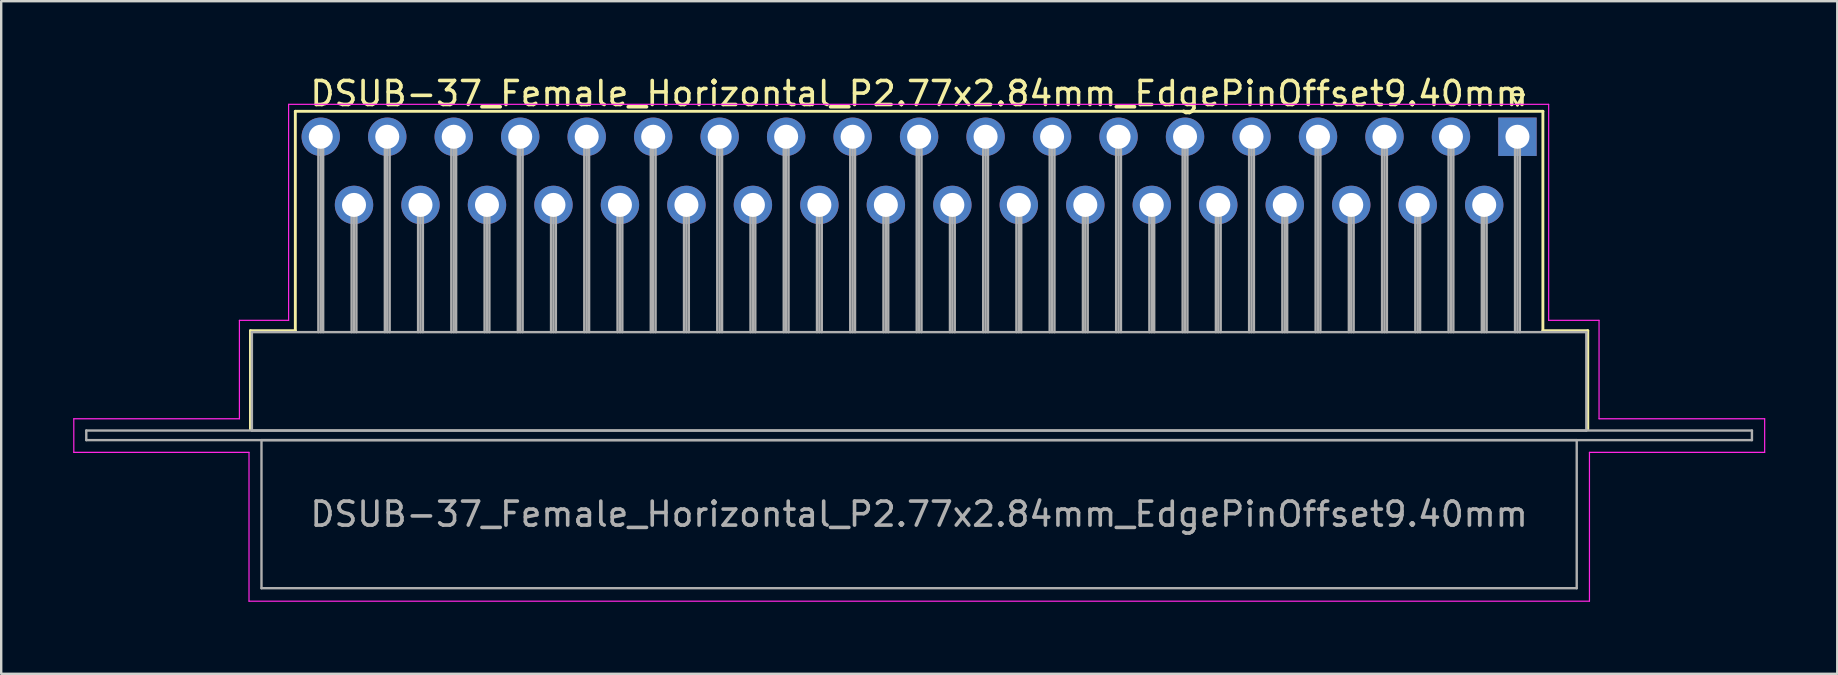
<source format=kicad_pcb>
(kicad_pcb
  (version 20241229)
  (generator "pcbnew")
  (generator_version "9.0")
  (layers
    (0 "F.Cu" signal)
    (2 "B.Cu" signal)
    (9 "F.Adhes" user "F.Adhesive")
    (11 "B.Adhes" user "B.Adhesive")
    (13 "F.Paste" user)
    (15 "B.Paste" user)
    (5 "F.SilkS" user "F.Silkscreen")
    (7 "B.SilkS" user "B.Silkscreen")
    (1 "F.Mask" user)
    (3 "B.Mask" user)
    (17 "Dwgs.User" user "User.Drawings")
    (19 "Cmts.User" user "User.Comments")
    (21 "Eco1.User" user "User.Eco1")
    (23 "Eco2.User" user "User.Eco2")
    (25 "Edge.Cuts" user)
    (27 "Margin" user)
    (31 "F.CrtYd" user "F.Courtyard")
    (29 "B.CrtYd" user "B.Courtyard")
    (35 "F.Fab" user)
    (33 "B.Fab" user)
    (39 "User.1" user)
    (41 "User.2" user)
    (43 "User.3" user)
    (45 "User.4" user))
  (footprint "DSUB-37_Female_Horizontal_P2.77x2.84mm_EdgePinOffset9.40mm"
    (layer "F.Cu")
    (at 60.175 2.648)
    (property "Reference" "DSUB-37_Female_Horizontal_P2.77x2.84mm_EdgePinOffset9.40mm" (at -24.93 -1.8 0) (layer "F.SilkS") (effects (font (size 1 1) (thickness 0.15))))
    (attr through_hole)
    (fp_line (start -52.79 8.08) (end -50.92 8.08) (stroke (width 0.12) (type solid)) (layer "F.SilkS"))
    (fp_line (start -52.79 12.18) (end -52.79 8.08) (stroke (width 0.12) (type solid)) (layer "F.SilkS"))
    (fp_line (start -50.92 -1.06) (end 1.06 -1.06) (stroke (width 0.12) (type solid)) (layer "F.SilkS"))
    (fp_line (start -50.92 8.08) (end -50.92 -1.06) (stroke (width 0.12) (type solid)) (layer "F.SilkS"))
    (fp_line (start -0.25 -1.754) (end 0.25 -1.754) (stroke (width 0.12) (type solid)) (layer "F.SilkS"))
    (fp_line (start 0 -1.321) (end -0.25 -1.754) (stroke (width 0.12) (type solid)) (layer "F.SilkS"))
    (fp_line (start 0.25 -1.754) (end 0 -1.321) (stroke (width 0.12) (type solid)) (layer "F.SilkS"))
    (fp_line (start 1.06 -1.06) (end 1.06 8.08) (stroke (width 0.12) (type solid)) (layer "F.SilkS"))
    (fp_line (start 1.06 8.08) (end 2.93 8.08) (stroke (width 0.12) (type solid)) (layer "F.SilkS"))
    (fp_line (start 2.93 8.08) (end 2.93 12.18) (stroke (width 0.12) (type solid)) (layer "F.SilkS"))
    (fp_line (start -60.15 11.75) (end -53.25 11.75) (stroke (width 0.05) (type solid)) (layer "F.CrtYd"))
    (fp_line (start -60.15 13.15) (end -60.15 11.75) (stroke (width 0.05) (type solid)) (layer "F.CrtYd"))
    (fp_line (start -53.25 7.65) (end -51.2 7.65) (stroke (width 0.05) (type solid)) (layer "F.CrtYd"))
    (fp_line (start -53.25 11.75) (end -53.25 7.65) (stroke (width 0.05) (type solid)) (layer "F.CrtYd"))
    (fp_line (start -52.85 13.15) (end -60.15 13.15) (stroke (width 0.05) (type solid)) (layer "F.CrtYd"))
    (fp_line (start -52.85 19.35) (end -52.85 13.15) (stroke (width 0.05) (type solid)) (layer "F.CrtYd"))
    (fp_line (start -51.2 -1.35) (end 1.3 -1.35) (stroke (width 0.05) (type solid)) (layer "F.CrtYd"))
    (fp_line (start -51.2 7.65) (end -51.2 -1.35) (stroke (width 0.05) (type solid)) (layer "F.CrtYd"))
    (fp_line (start 1.3 -1.35) (end 1.3 7.65) (stroke (width 0.05) (type solid)) (layer "F.CrtYd"))
    (fp_line (start 1.3 7.65) (end 3.4 7.65) (stroke (width 0.05) (type solid)) (layer "F.CrtYd"))
    (fp_line (start 3 13.15) (end 3 19.35) (stroke (width 0.05) (type solid)) (layer "F.CrtYd"))
    (fp_line (start 3 19.35) (end -52.85 19.35) (stroke (width 0.05) (type solid)) (layer "F.CrtYd"))
    (fp_line (start 3.4 7.65) (end 3.4 11.75) (stroke (width 0.05) (type solid)) (layer "F.CrtYd"))
    (fp_line (start 3.4 11.75) (end 10.3 11.75) (stroke (width 0.05) (type solid)) (layer "F.CrtYd"))
    (fp_line (start 10.3 11.75) (end 10.3 13.15) (stroke (width 0.05) (type solid)) (layer "F.CrtYd"))
    (fp_line (start 10.3 13.15) (end 3 13.15) (stroke (width 0.05) (type solid)) (layer "F.CrtYd"))
    (fp_line (start -59.63 12.24) (end -59.63 12.64) (stroke (width 0.1) (type solid)) (layer "F.Fab"))
    (fp_line (start -59.63 12.64) (end 9.77 12.64) (stroke (width 0.1) (type solid)) (layer "F.Fab"))
    (fp_line (start -52.73 8.14) (end -52.73 12.24) (stroke (width 0.1) (type solid)) (layer "F.Fab"))
    (fp_line (start -52.73 12.24) (end 2.87 12.24) (stroke (width 0.1) (type solid)) (layer "F.Fab"))
    (fp_line (start -52.33 12.64) (end -52.33 18.81) (stroke (width 0.1) (type solid)) (layer "F.Fab"))
    (fp_line (start -52.33 18.81) (end 2.47 18.81) (stroke (width 0.1) (type solid)) (layer "F.Fab"))
    (fp_line (start -49.96 0) (end -49.96 8.14) (stroke (width 0.1) (type solid)) (layer "F.Fab"))
    (fp_line (start -49.86 0) (end -49.86 8.14) (stroke (width 0.1) (type solid)) (layer "F.Fab"))
    (fp_line (start -49.76 0) (end -49.76 8.14) (stroke (width 0.1) (type solid)) (layer "F.Fab"))
    (fp_line (start -48.575 2.84) (end -48.575 8.14) (stroke (width 0.1) (type solid)) (layer "F.Fab"))
    (fp_line (start -48.475 2.84) (end -48.475 8.14) (stroke (width 0.1) (type solid)) (layer "F.Fab"))
    (fp_line (start -48.375 2.84) (end -48.375 8.14) (stroke (width 0.1) (type solid)) (layer "F.Fab"))
    (fp_line (start -47.19 0) (end -47.19 8.14) (stroke (width 0.1) (type solid)) (layer "F.Fab"))
    (fp_line (start -47.09 0) (end -47.09 8.14) (stroke (width 0.1) (type solid)) (layer "F.Fab"))
    (fp_line (start -46.99 0) (end -46.99 8.14) (stroke (width 0.1) (type solid)) (layer "F.Fab"))
    (fp_line (start -45.805 2.84) (end -45.805 8.14) (stroke (width 0.1) (type solid)) (layer "F.Fab"))
    (fp_line (start -45.705 2.84) (end -45.705 8.14) (stroke (width 0.1) (type solid)) (layer "F.Fab"))
    (fp_line (start -45.605 2.84) (end -45.605 8.14) (stroke (width 0.1) (type solid)) (layer "F.Fab"))
    (fp_line (start -44.42 0) (end -44.42 8.14) (stroke (width 0.1) (type solid)) (layer "F.Fab"))
    (fp_line (start -44.32 0) (end -44.32 8.14) (stroke (width 0.1) (type solid)) (layer "F.Fab"))
    (fp_line (start -44.22 0) (end -44.22 8.14) (stroke (width 0.1) (type solid)) (layer "F.Fab"))
    (fp_line (start -43.035 2.84) (end -43.035 8.14) (stroke (width 0.1) (type solid)) (layer "F.Fab"))
    (fp_line (start -42.935 2.84) (end -42.935 8.14) (stroke (width 0.1) (type solid)) (layer "F.Fab"))
    (fp_line (start -42.835 2.84) (end -42.835 8.14) (stroke (width 0.1) (type solid)) (layer "F.Fab"))
    (fp_line (start -41.65 0) (end -41.65 8.14) (stroke (width 0.1) (type solid)) (layer "F.Fab"))
    (fp_line (start -41.55 0) (end -41.55 8.14) (stroke (width 0.1) (type solid)) (layer "F.Fab"))
    (fp_line (start -41.45 0) (end -41.45 8.14) (stroke (width 0.1) (type solid)) (layer "F.Fab"))
    (fp_line (start -40.265 2.84) (end -40.265 8.14) (stroke (width 0.1) (type solid)) (layer "F.Fab"))
    (fp_line (start -40.165 2.84) (end -40.165 8.14) (stroke (width 0.1) (type solid)) (layer "F.Fab"))
    (fp_line (start -40.065 2.84) (end -40.065 8.14) (stroke (width 0.1) (type solid)) (layer "F.Fab"))
    (fp_line (start -38.88 0) (end -38.88 8.14) (stroke (width 0.1) (type solid)) (layer "F.Fab"))
    (fp_line (start -38.78 0) (end -38.78 8.14) (stroke (width 0.1) (type solid)) (layer "F.Fab"))
    (fp_line (start -38.68 0) (end -38.68 8.14) (stroke (width 0.1) (type solid)) (layer "F.Fab"))
    (fp_line (start -37.495 2.84) (end -37.495 8.14) (stroke (width 0.1) (type solid)) (layer "F.Fab"))
    (fp_line (start -37.395 2.84) (end -37.395 8.14) (stroke (width 0.1) (type solid)) (layer "F.Fab"))
    (fp_line (start -37.295 2.84) (end -37.295 8.14) (stroke (width 0.1) (type solid)) (layer "F.Fab"))
    (fp_line (start -36.11 0) (end -36.11 8.14) (stroke (width 0.1) (type solid)) (layer "F.Fab"))
    (fp_line (start -36.01 0) (end -36.01 8.14) (stroke (width 0.1) (type solid)) (layer "F.Fab"))
    (fp_line (start -35.91 0) (end -35.91 8.14) (stroke (width 0.1) (type solid)) (layer "F.Fab"))
    (fp_line (start -34.725 2.84) (end -34.725 8.14) (stroke (width 0.1) (type solid)) (layer "F.Fab"))
    (fp_line (start -34.625 2.84) (end -34.625 8.14) (stroke (width 0.1) (type solid)) (layer "F.Fab"))
    (fp_line (start -34.525 2.84) (end -34.525 8.14) (stroke (width 0.1) (type solid)) (layer "F.Fab"))
    (fp_line (start -33.34 0) (end -33.34 8.14) (stroke (width 0.1) (type solid)) (layer "F.Fab"))
    (fp_line (start -33.24 0) (end -33.24 8.14) (stroke (width 0.1) (type solid)) (layer "F.Fab"))
    (fp_line (start -33.14 0) (end -33.14 8.14) (stroke (width 0.1) (type solid)) (layer "F.Fab"))
    (fp_line (start -31.955 2.84) (end -31.955 8.14) (stroke (width 0.1) (type solid)) (layer "F.Fab"))
    (fp_line (start -31.855 2.84) (end -31.855 8.14) (stroke (width 0.1) (type solid)) (layer "F.Fab"))
    (fp_line (start -31.755 2.84) (end -31.755 8.14) (stroke (width 0.1) (type solid)) (layer "F.Fab"))
    (fp_line (start -30.57 0) (end -30.57 8.14) (stroke (width 0.1) (type solid)) (layer "F.Fab"))
    (fp_line (start -30.47 0) (end -30.47 8.14) (stroke (width 0.1) (type solid)) (layer "F.Fab"))
    (fp_line (start -30.37 0) (end -30.37 8.14) (stroke (width 0.1) (type solid)) (layer "F.Fab"))
    (fp_line (start -29.185 2.84) (end -29.185 8.14) (stroke (width 0.1) (type solid)) (layer "F.Fab"))
    (fp_line (start -29.085 2.84) (end -29.085 8.14) (stroke (width 0.1) (type solid)) (layer "F.Fab"))
    (fp_line (start -28.985 2.84) (end -28.985 8.14) (stroke (width 0.1) (type solid)) (layer "F.Fab"))
    (fp_line (start -27.8 0) (end -27.8 8.14) (stroke (width 0.1) (type solid)) (layer "F.Fab"))
    (fp_line (start -27.7 0) (end -27.7 8.14) (stroke (width 0.1) (type solid)) (layer "F.Fab"))
    (fp_line (start -27.6 0) (end -27.6 8.14) (stroke (width 0.1) (type solid)) (layer "F.Fab"))
    (fp_line (start -26.415 2.84) (end -26.415 8.14) (stroke (width 0.1) (type solid)) (layer "F.Fab"))
    (fp_line (start -26.315 2.84) (end -26.315 8.14) (stroke (width 0.1) (type solid)) (layer "F.Fab"))
    (fp_line (start -26.215 2.84) (end -26.215 8.14) (stroke (width 0.1) (type solid)) (layer "F.Fab"))
    (fp_line (start -25.03 0) (end -25.03 8.14) (stroke (width 0.1) (type solid)) (layer "F.Fab"))
    (fp_line (start -24.93 0) (end -24.93 8.14) (stroke (width 0.1) (type solid)) (layer "F.Fab"))
    (fp_line (start -24.83 0) (end -24.83 8.14) (stroke (width 0.1) (type solid)) (layer "F.Fab"))
    (fp_line (start -23.645 2.84) (end -23.645 8.14) (stroke (width 0.1) (type solid)) (layer "F.Fab"))
    (fp_line (start -23.545 2.84) (end -23.545 8.14) (stroke (width 0.1) (type solid)) (layer "F.Fab"))
    (fp_line (start -23.445 2.84) (end -23.445 8.14) (stroke (width 0.1) (type solid)) (layer "F.Fab"))
    (fp_line (start -22.26 0) (end -22.26 8.14) (stroke (width 0.1) (type solid)) (layer "F.Fab"))
    (fp_line (start -22.16 0) (end -22.16 8.14) (stroke (width 0.1) (type solid)) (layer "F.Fab"))
    (fp_line (start -22.06 0) (end -22.06 8.14) (stroke (width 0.1) (type solid)) (layer "F.Fab"))
    (fp_line (start -20.875 2.84) (end -20.875 8.14) (stroke (width 0.1) (type solid)) (layer "F.Fab"))
    (fp_line (start -20.775 2.84) (end -20.775 8.14) (stroke (width 0.1) (type solid)) (layer "F.Fab"))
    (fp_line (start -20.675 2.84) (end -20.675 8.14) (stroke (width 0.1) (type solid)) (layer "F.Fab"))
    (fp_line (start -19.49 0) (end -19.49 8.14) (stroke (width 0.1) (type solid)) (layer "F.Fab"))
    (fp_line (start -19.39 0) (end -19.39 8.14) (stroke (width 0.1) (type solid)) (layer "F.Fab"))
    (fp_line (start -19.29 0) (end -19.29 8.14) (stroke (width 0.1) (type solid)) (layer "F.Fab"))
    (fp_line (start -18.105 2.84) (end -18.105 8.14) (stroke (width 0.1) (type solid)) (layer "F.Fab"))
    (fp_line (start -18.005 2.84) (end -18.005 8.14) (stroke (width 0.1) (type solid)) (layer "F.Fab"))
    (fp_line (start -17.905 2.84) (end -17.905 8.14) (stroke (width 0.1) (type solid)) (layer "F.Fab"))
    (fp_line (start -16.72 0) (end -16.72 8.14) (stroke (width 0.1) (type solid)) (layer "F.Fab"))
    (fp_line (start -16.62 0) (end -16.62 8.14) (stroke (width 0.1) (type solid)) (layer "F.Fab"))
    (fp_line (start -16.52 0) (end -16.52 8.14) (stroke (width 0.1) (type solid)) (layer "F.Fab"))
    (fp_line (start -15.335 2.84) (end -15.335 8.14) (stroke (width 0.1) (type solid)) (layer "F.Fab"))
    (fp_line (start -15.235 2.84) (end -15.235 8.14) (stroke (width 0.1) (type solid)) (layer "F.Fab"))
    (fp_line (start -15.135 2.84) (end -15.135 8.14) (stroke (width 0.1) (type solid)) (layer "F.Fab"))
    (fp_line (start -13.95 0) (end -13.95 8.14) (stroke (width 0.1) (type solid)) (layer "F.Fab"))
    (fp_line (start -13.85 0) (end -13.85 8.14) (stroke (width 0.1) (type solid)) (layer "F.Fab"))
    (fp_line (start -13.75 0) (end -13.75 8.14) (stroke (width 0.1) (type solid)) (layer "F.Fab"))
    (fp_line (start -12.565 2.84) (end -12.565 8.14) (stroke (width 0.1) (type solid)) (layer "F.Fab"))
    (fp_line (start -12.465 2.84) (end -12.465 8.14) (stroke (width 0.1) (type solid)) (layer "F.Fab"))
    (fp_line (start -12.365 2.84) (end -12.365 8.14) (stroke (width 0.1) (type solid)) (layer "F.Fab"))
    (fp_line (start -11.18 0) (end -11.18 8.14) (stroke (width 0.1) (type solid)) (layer "F.Fab"))
    (fp_line (start -11.08 0) (end -11.08 8.14) (stroke (width 0.1) (type solid)) (layer "F.Fab"))
    (fp_line (start -10.98 0) (end -10.98 8.14) (stroke (width 0.1) (type solid)) (layer "F.Fab"))
    (fp_line (start -9.795 2.84) (end -9.795 8.14) (stroke (width 0.1) (type solid)) (layer "F.Fab"))
    (fp_line (start -9.695 2.84) (end -9.695 8.14) (stroke (width 0.1) (type solid)) (layer "F.Fab"))
    (fp_line (start -9.595 2.84) (end -9.595 8.14) (stroke (width 0.1) (type solid)) (layer "F.Fab"))
    (fp_line (start -8.41 0) (end -8.41 8.14) (stroke (width 0.1) (type solid)) (layer "F.Fab"))
    (fp_line (start -8.31 0) (end -8.31 8.14) (stroke (width 0.1) (type solid)) (layer "F.Fab"))
    (fp_line (start -8.21 0) (end -8.21 8.14) (stroke (width 0.1) (type solid)) (layer "F.Fab"))
    (fp_line (start -7.025 2.84) (end -7.025 8.14) (stroke (width 0.1) (type solid)) (layer "F.Fab"))
    (fp_line (start -6.925 2.84) (end -6.925 8.14) (stroke (width 0.1) (type solid)) (layer "F.Fab"))
    (fp_line (start -6.825 2.84) (end -6.825 8.14) (stroke (width 0.1) (type solid)) (layer "F.Fab"))
    (fp_line (start -5.64 0) (end -5.64 8.14) (stroke (width 0.1) (type solid)) (layer "F.Fab"))
    (fp_line (start -5.54 0) (end -5.54 8.14) (stroke (width 0.1) (type solid)) (layer "F.Fab"))
    (fp_line (start -5.44 0) (end -5.44 8.14) (stroke (width 0.1) (type solid)) (layer "F.Fab"))
    (fp_line (start -4.255 2.84) (end -4.255 8.14) (stroke (width 0.1) (type solid)) (layer "F.Fab"))
    (fp_line (start -4.155 2.84) (end -4.155 8.14) (stroke (width 0.1) (type solid)) (layer "F.Fab"))
    (fp_line (start -4.055 2.84) (end -4.055 8.14) (stroke (width 0.1) (type solid)) (layer "F.Fab"))
    (fp_line (start -2.87 0) (end -2.87 8.14) (stroke (width 0.1) (type solid)) (layer "F.Fab"))
    (fp_line (start -2.77 0) (end -2.77 8.14) (stroke (width 0.1) (type solid)) (layer "F.Fab"))
    (fp_line (start -2.67 0) (end -2.67 8.14) (stroke (width 0.1) (type solid)) (layer "F.Fab"))
    (fp_line (start -1.485 2.84) (end -1.485 8.14) (stroke (width 0.1) (type solid)) (layer "F.Fab"))
    (fp_line (start -1.385 2.84) (end -1.385 8.14) (stroke (width 0.1) (type solid)) (layer "F.Fab"))
    (fp_line (start -1.285 2.84) (end -1.285 8.14) (stroke (width 0.1) (type solid)) (layer "F.Fab"))
    (fp_line (start -0.1 0) (end -0.1 8.14) (stroke (width 0.1) (type solid)) (layer "F.Fab"))
    (fp_line (start 0 0) (end 0 8.14) (stroke (width 0.1) (type solid)) (layer "F.Fab"))
    (fp_line (start 0.1 0) (end 0.1 8.14) (stroke (width 0.1) (type solid)) (layer "F.Fab"))
    (fp_line (start 2.47 12.64) (end -52.33 12.64) (stroke (width 0.1) (type solid)) (layer "F.Fab"))
    (fp_line (start 2.47 18.81) (end 2.47 12.64) (stroke (width 0.1) (type solid)) (layer "F.Fab"))
    (fp_line (start 2.87 8.14) (end -52.73 8.14) (stroke (width 0.1) (type solid)) (layer "F.Fab"))
    (fp_line (start 2.87 12.24) (end 2.87 8.14) (stroke (width 0.1) (type solid)) (layer "F.Fab"))
    (fp_line (start 9.77 12.24) (end -59.63 12.24) (stroke (width 0.1) (type solid)) (layer "F.Fab"))
    (fp_line (start 9.77 12.64) (end 9.77 12.24) (stroke (width 0.1) (type solid)) (layer "F.Fab"))
    (fp_text user "${REFERENCE}" (at -24.93 15.725 0) (layer "F.Fab") (effects (font (size 1 1) (thickness 0.15))))
    (pad "1" thru_hole rect (at 0 0) (size 1.6 1.6) (drill 1) (layers "*.Cu" "*.Mask"))
    (pad "2" thru_hole circle (at -2.77 0) (size 1.6 1.6) (drill 1) (layers "*.Cu" "*.Mask"))
    (pad "3" thru_hole circle (at -5.54 0) (size 1.6 1.6) (drill 1) (layers "*.Cu" "*.Mask"))
    (pad "4" thru_hole circle (at -8.31 0) (size 1.6 1.6) (drill 1) (layers "*.Cu" "*.Mask"))
    (pad "5" thru_hole circle (at -11.08 0) (size 1.6 1.6) (drill 1) (layers "*.Cu" "*.Mask"))
    (pad "6" thru_hole circle (at -13.85 0) (size 1.6 1.6) (drill 1) (layers "*.Cu" "*.Mask"))
    (pad "7" thru_hole circle (at -16.62 0) (size 1.6 1.6) (drill 1) (layers "*.Cu" "*.Mask"))
    (pad "8" thru_hole circle (at -19.39 0) (size 1.6 1.6) (drill 1) (layers "*.Cu" "*.Mask"))
    (pad "9" thru_hole circle (at -22.16 0) (size 1.6 1.6) (drill 1) (layers "*.Cu" "*.Mask"))
    (pad "10" thru_hole circle (at -24.93 0) (size 1.6 1.6) (drill 1) (layers "*.Cu" "*.Mask"))
    (pad "11" thru_hole circle (at -27.7 0) (size 1.6 1.6) (drill 1) (layers "*.Cu" "*.Mask"))
    (pad "12" thru_hole circle (at -30.47 0) (size 1.6 1.6) (drill 1) (layers "*.Cu" "*.Mask"))
    (pad "13" thru_hole circle (at -33.24 0) (size 1.6 1.6) (drill 1) (layers "*.Cu" "*.Mask"))
    (pad "14" thru_hole circle (at -36.01 0) (size 1.6 1.6) (drill 1) (layers "*.Cu" "*.Mask"))
    (pad "15" thru_hole circle (at -38.78 0) (size 1.6 1.6) (drill 1) (layers "*.Cu" "*.Mask"))
    (pad "16" thru_hole circle (at -41.55 0) (size 1.6 1.6) (drill 1) (layers "*.Cu" "*.Mask"))
    (pad "17" thru_hole circle (at -44.32 0) (size 1.6 1.6) (drill 1) (layers "*.Cu" "*.Mask"))
    (pad "18" thru_hole circle (at -47.09 0) (size 1.6 1.6) (drill 1) (layers "*.Cu" "*.Mask"))
    (pad "19" thru_hole circle (at -49.86 0) (size 1.6 1.6) (drill 1) (layers "*.Cu" "*.Mask"))
    (pad "20" thru_hole circle (at -1.385 2.84) (size 1.6 1.6) (drill 1) (layers "*.Cu" "*.Mask"))
    (pad "21" thru_hole circle (at -4.155 2.84) (size 1.6 1.6) (drill 1) (layers "*.Cu" "*.Mask"))
    (pad "22" thru_hole circle (at -6.925 2.84) (size 1.6 1.6) (drill 1) (layers "*.Cu" "*.Mask"))
    (pad "23" thru_hole circle (at -9.695 2.84) (size 1.6 1.6) (drill 1) (layers "*.Cu" "*.Mask"))
    (pad "24" thru_hole circle (at -12.465 2.84) (size 1.6 1.6) (drill 1) (layers "*.Cu" "*.Mask"))
    (pad "25" thru_hole circle (at -15.235 2.84) (size 1.6 1.6) (drill 1) (layers "*.Cu" "*.Mask"))
    (pad "26" thru_hole circle (at -18.005 2.84) (size 1.6 1.6) (drill 1) (layers "*.Cu" "*.Mask"))
    (pad "27" thru_hole circle (at -20.775 2.84) (size 1.6 1.6) (drill 1) (layers "*.Cu" "*.Mask"))
    (pad "28" thru_hole circle (at -23.545 2.84) (size 1.6 1.6) (drill 1) (layers "*.Cu" "*.Mask"))
    (pad "29" thru_hole circle (at -26.315 2.84) (size 1.6 1.6) (drill 1) (layers "*.Cu" "*.Mask"))
    (pad "30" thru_hole circle (at -29.085 2.84) (size 1.6 1.6) (drill 1) (layers "*.Cu" "*.Mask"))
    (pad "31" thru_hole circle (at -31.855 2.84) (size 1.6 1.6) (drill 1) (layers "*.Cu" "*.Mask"))
    (pad "32" thru_hole circle (at -34.625 2.84) (size 1.6 1.6) (drill 1) (layers "*.Cu" "*.Mask"))
    (pad "33" thru_hole circle (at -37.395 2.84) (size 1.6 1.6) (drill 1) (layers "*.Cu" "*.Mask"))
    (pad "34" thru_hole circle (at -40.165 2.84) (size 1.6 1.6) (drill 1) (layers "*.Cu" "*.Mask"))
    (pad "35" thru_hole circle (at -42.935 2.84) (size 1.6 1.6) (drill 1) (layers "*.Cu" "*.Mask"))
    (pad "36" thru_hole circle (at -45.705 2.84) (size 1.6 1.6) (drill 1) (layers "*.Cu" "*.Mask"))
    (pad "37" thru_hole circle (at -48.475 2.84) (size 1.6 1.6) (drill 1) (layers "*.Cu" "*.Mask")))
  (gr_rect
    (start -3 -3)
    (end 73.5 25.023)
    (stroke (width 0.1) (type default))
    (fill no)
    (layer "Edge.Cuts")))
</source>
